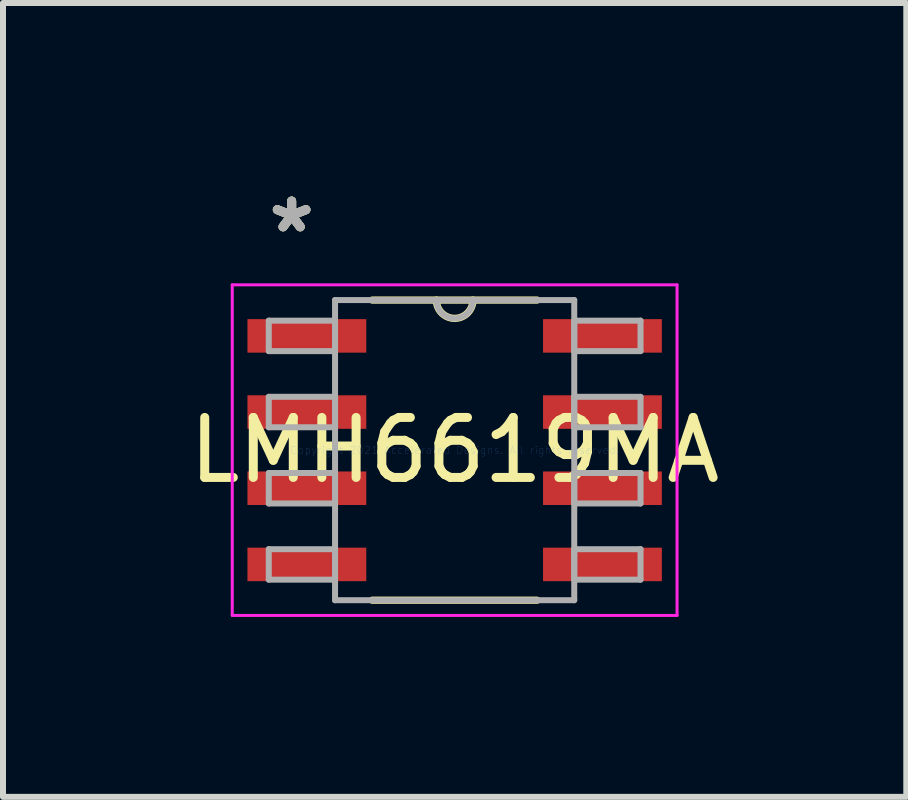
<source format=kicad_pcb>
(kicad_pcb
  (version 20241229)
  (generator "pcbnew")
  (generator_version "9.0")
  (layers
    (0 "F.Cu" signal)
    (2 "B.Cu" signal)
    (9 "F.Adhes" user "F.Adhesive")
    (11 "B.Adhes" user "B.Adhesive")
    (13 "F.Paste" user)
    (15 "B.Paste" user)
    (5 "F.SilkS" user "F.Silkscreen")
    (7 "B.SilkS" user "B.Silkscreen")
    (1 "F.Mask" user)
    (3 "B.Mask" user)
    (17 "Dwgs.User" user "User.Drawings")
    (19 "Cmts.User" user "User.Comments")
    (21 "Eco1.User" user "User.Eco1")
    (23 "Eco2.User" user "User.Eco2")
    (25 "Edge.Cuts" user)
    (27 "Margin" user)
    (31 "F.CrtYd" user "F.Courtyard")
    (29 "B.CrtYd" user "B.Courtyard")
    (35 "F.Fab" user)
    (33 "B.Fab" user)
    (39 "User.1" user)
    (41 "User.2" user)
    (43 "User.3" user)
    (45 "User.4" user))
  (footprint "LMH6619MA"
    (layer "F.Cu")
    (at 4.53 4.455)
    (property "Reference" "LMH6619MA" (at 0 0 0) (layer "F.SilkS") (effects (font (size 1 1) (thickness 0.15))))
    (attr through_hole)
    (fp_line (start -1.374 2.502) (end 1.374 2.502) (stroke (width 0.12) (type solid)) (layer "F.SilkS"))
    (fp_line (start 1.374 -2.502) (end -1.374 -2.502) (stroke (width 0.12) (type solid)) (layer "F.SilkS"))
    (fp_arc (start 0.3048 -2.5019) (mid 0 -2.1971) (end -0.3048 -2.5019) (stroke (width 0.12) (type solid)) (layer "F.SilkS"))
    (fp_line (start -3.708 -2.756) (end 3.708 -2.756) (stroke (width 0.05) (type solid)) (layer "F.CrtYd"))
    (fp_line (start -3.708 2.756) (end -3.708 -2.756) (stroke (width 0.05) (type solid)) (layer "F.CrtYd"))
    (fp_line (start 3.708 -2.756) (end 3.708 2.756) (stroke (width 0.05) (type solid)) (layer "F.CrtYd"))
    (fp_line (start 3.708 2.756) (end -3.708 2.756) (stroke (width 0.05) (type solid)) (layer "F.CrtYd"))
    (fp_line (start -3.099 -2.159) (end -3.099 -1.651) (stroke (width 0.1) (type solid)) (layer "F.Fab"))
    (fp_line (start -3.099 -1.651) (end -1.994 -1.651) (stroke (width 0.1) (type solid)) (layer "F.Fab"))
    (fp_line (start -3.099 -0.889) (end -3.099 -0.381) (stroke (width 0.1) (type solid)) (layer "F.Fab"))
    (fp_line (start -3.099 -0.381) (end -1.994 -0.381) (stroke (width 0.1) (type solid)) (layer "F.Fab"))
    (fp_line (start -3.099 0.381) (end -3.099 0.889) (stroke (width 0.1) (type solid)) (layer "F.Fab"))
    (fp_line (start -3.099 0.889) (end -1.994 0.889) (stroke (width 0.1) (type solid)) (layer "F.Fab"))
    (fp_line (start -3.099 1.651) (end -3.099 2.159) (stroke (width 0.1) (type solid)) (layer "F.Fab"))
    (fp_line (start -3.099 2.159) (end -1.994 2.159) (stroke (width 0.1) (type solid)) (layer "F.Fab"))
    (fp_line (start -1.994 -2.502) (end -1.994 2.502) (stroke (width 0.1) (type solid)) (layer "F.Fab"))
    (fp_line (start -1.994 -2.159) (end -3.099 -2.159) (stroke (width 0.1) (type solid)) (layer "F.Fab"))
    (fp_line (start -1.994 -1.651) (end -1.994 -2.159) (stroke (width 0.1) (type solid)) (layer "F.Fab"))
    (fp_line (start -1.994 -0.889) (end -3.099 -0.889) (stroke (width 0.1) (type solid)) (layer "F.Fab"))
    (fp_line (start -1.994 -0.381) (end -1.994 -0.889) (stroke (width 0.1) (type solid)) (layer "F.Fab"))
    (fp_line (start -1.994 0.381) (end -3.099 0.381) (stroke (width 0.1) (type solid)) (layer "F.Fab"))
    (fp_line (start -1.994 0.889) (end -1.994 0.381) (stroke (width 0.1) (type solid)) (layer "F.Fab"))
    (fp_line (start -1.994 1.651) (end -3.099 1.651) (stroke (width 0.1) (type solid)) (layer "F.Fab"))
    (fp_line (start -1.994 2.159) (end -1.994 1.651) (stroke (width 0.1) (type solid)) (layer "F.Fab"))
    (fp_line (start -1.994 2.502) (end 1.994 2.502) (stroke (width 0.1) (type solid)) (layer "F.Fab"))
    (fp_line (start 1.994 -2.502) (end -1.994 -2.502) (stroke (width 0.1) (type solid)) (layer "F.Fab"))
    (fp_line (start 1.994 -2.159) (end 1.994 -1.651) (stroke (width 0.1) (type solid)) (layer "F.Fab"))
    (fp_line (start 1.994 -1.651) (end 3.099 -1.651) (stroke (width 0.1) (type solid)) (layer "F.Fab"))
    (fp_line (start 1.994 -0.889) (end 1.994 -0.381) (stroke (width 0.1) (type solid)) (layer "F.Fab"))
    (fp_line (start 1.994 -0.381) (end 3.099 -0.381) (stroke (width 0.1) (type solid)) (layer "F.Fab"))
    (fp_line (start 1.994 0.381) (end 1.994 0.889) (stroke (width 0.1) (type solid)) (layer "F.Fab"))
    (fp_line (start 1.994 0.889) (end 3.099 0.889) (stroke (width 0.1) (type solid)) (layer "F.Fab"))
    (fp_line (start 1.994 1.651) (end 1.994 2.159) (stroke (width 0.1) (type solid)) (layer "F.Fab"))
    (fp_line (start 1.994 2.159) (end 3.099 2.159) (stroke (width 0.1) (type solid)) (layer "F.Fab"))
    (fp_line (start 1.994 2.502) (end 1.994 -2.502) (stroke (width 0.1) (type solid)) (layer "F.Fab"))
    (fp_line (start 3.099 -2.159) (end 1.994 -2.159) (stroke (width 0.1) (type solid)) (layer "F.Fab"))
    (fp_line (start 3.099 -1.651) (end 3.099 -2.159) (stroke (width 0.1) (type solid)) (layer "F.Fab"))
    (fp_line (start 3.099 -0.889) (end 1.994 -0.889) (stroke (width 0.1) (type solid)) (layer "F.Fab"))
    (fp_line (start 3.099 -0.381) (end 3.099 -0.889) (stroke (width 0.1) (type solid)) (layer "F.Fab"))
    (fp_line (start 3.099 0.381) (end 1.994 0.381) (stroke (width 0.1) (type solid)) (layer "F.Fab"))
    (fp_line (start 3.099 0.889) (end 3.099 0.381) (stroke (width 0.1) (type solid)) (layer "F.Fab"))
    (fp_line (start 3.099 1.651) (end 1.994 1.651) (stroke (width 0.1) (type solid)) (layer "F.Fab"))
    (fp_line (start 3.099 2.159) (end 3.099 1.651) (stroke (width 0.1) (type solid)) (layer "F.Fab"))
    (fp_arc (start 0.3048 -2.5019) (mid 0 -2.1971) (end -0.3048 -2.5019) (stroke (width 0.1) (type solid)) (layer "F.Fab"))
    (fp_text user "*" (at -2.718 -3.607 0) (layer "F.SilkS") (effects (font (size 1 1) (thickness 0.15))))
    (fp_text user "*" (at -2.718 -3.607 0) (layer "F.SilkS") (effects (font (size 1 1) (thickness 0.15))))
    (fp_text user "Copyright 2021 Accelerated Designs. All rights reserved." (at 0 0 0) (layer "Cmts.User") (effects (font (size 0.127 0.127) (thickness 0.002))))
    (fp_text user "*" (at -2.718 -3.607 0) (layer "F.Fab") (effects (font (size 1 1) (thickness 0.15))))
    (fp_text user "*" (at -2.718 -3.607 0) (layer "F.Fab") (effects (font (size 1 1) (thickness 0.15))))
    (pad "1" smd rect (at -2.464 -1.905) (size 1.981 0.559) (layers "F.Cu" "F.Mask" "F.Paste"))
    (pad "2" smd rect (at -2.464 -0.635) (size 1.981 0.559) (layers "F.Cu" "F.Mask" "F.Paste"))
    (pad "3" smd rect (at -2.464 0.635) (size 1.981 0.559) (layers "F.Cu" "F.Mask" "F.Paste"))
    (pad "4" smd rect (at -2.464 1.905) (size 1.981 0.559) (layers "F.Cu" "F.Mask" "F.Paste"))
    (pad "5" smd rect (at 2.464 1.905) (size 1.981 0.559) (layers "F.Cu" "F.Mask" "F.Paste"))
    (pad "6" smd rect (at 2.464 0.635) (size 1.981 0.559) (layers "F.Cu" "F.Mask" "F.Paste"))
    (pad "7" smd rect (at 2.464 -0.635) (size 1.981 0.559) (layers "F.Cu" "F.Mask" "F.Paste"))
    (pad "8" smd rect (at 2.464 -1.905) (size 1.981 0.559) (layers "F.Cu" "F.Mask" "F.Paste")))
  (gr_rect
    (start -3 -3)
    (end 12.06 10.236)
    (stroke (width 0.1) (type default))
    (fill no)
    (layer "Edge.Cuts")))
</source>
